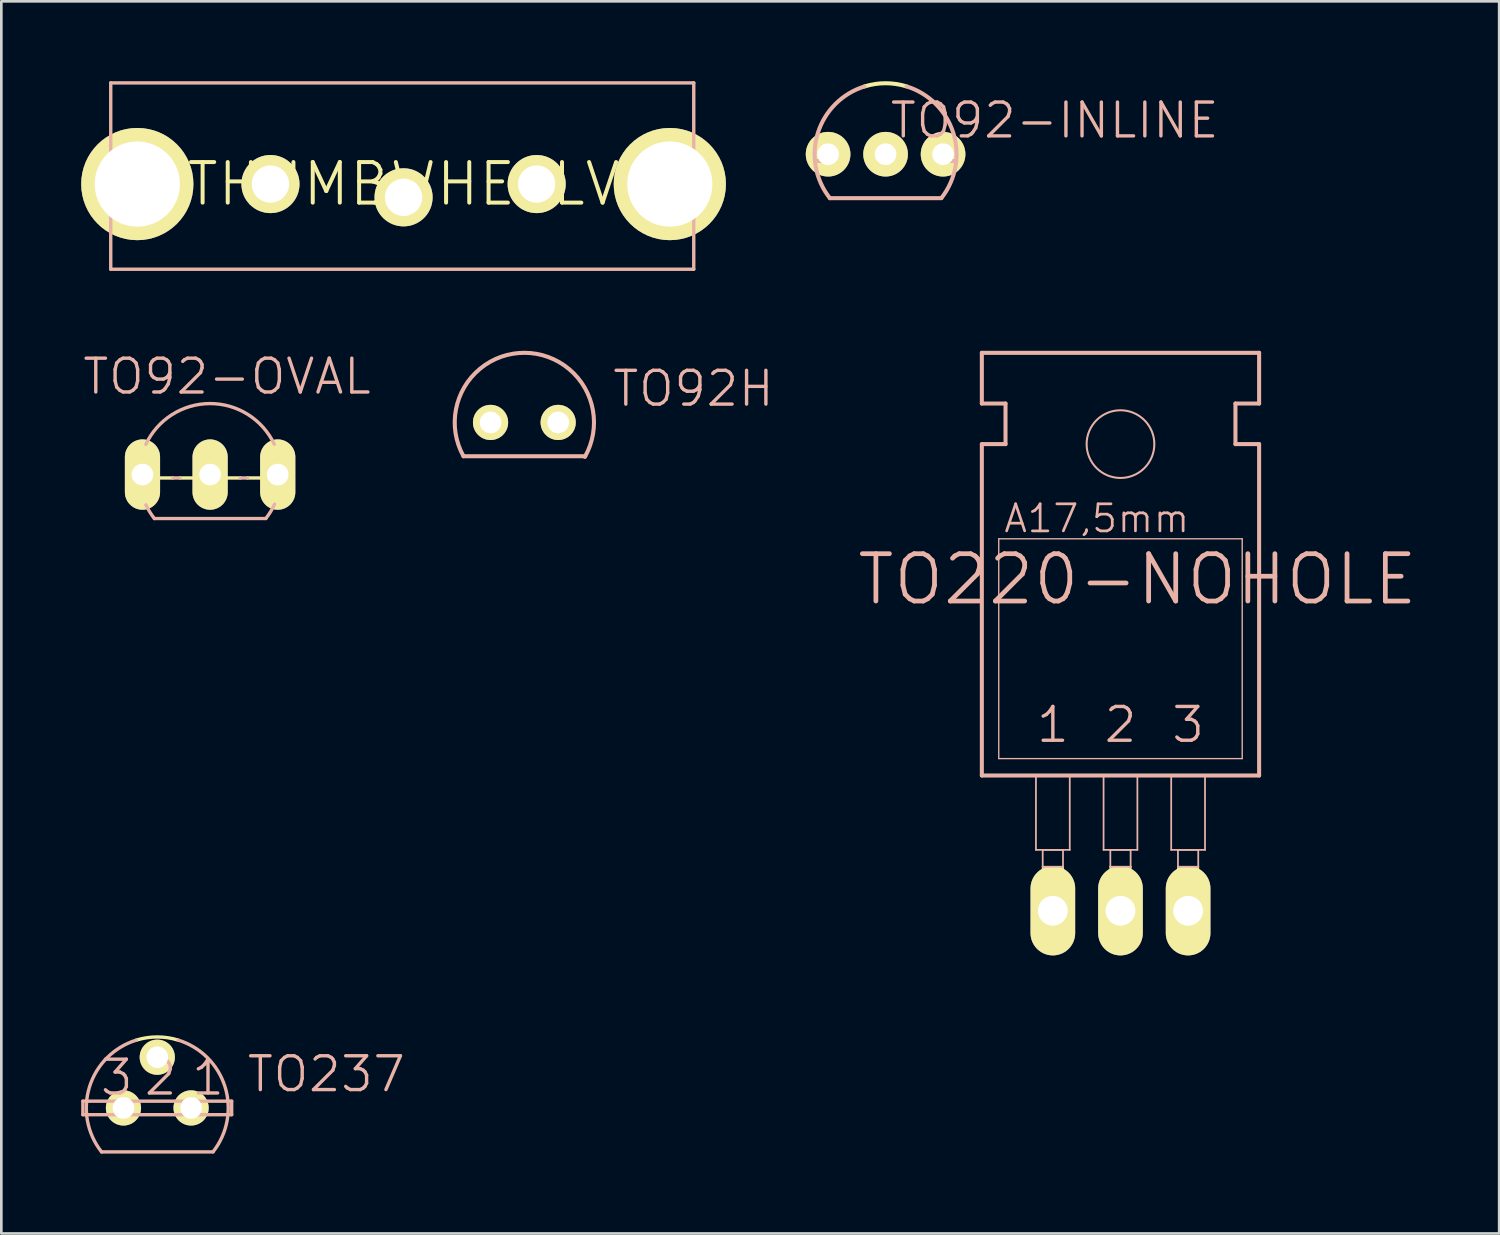
<source format=kicad_pcb>
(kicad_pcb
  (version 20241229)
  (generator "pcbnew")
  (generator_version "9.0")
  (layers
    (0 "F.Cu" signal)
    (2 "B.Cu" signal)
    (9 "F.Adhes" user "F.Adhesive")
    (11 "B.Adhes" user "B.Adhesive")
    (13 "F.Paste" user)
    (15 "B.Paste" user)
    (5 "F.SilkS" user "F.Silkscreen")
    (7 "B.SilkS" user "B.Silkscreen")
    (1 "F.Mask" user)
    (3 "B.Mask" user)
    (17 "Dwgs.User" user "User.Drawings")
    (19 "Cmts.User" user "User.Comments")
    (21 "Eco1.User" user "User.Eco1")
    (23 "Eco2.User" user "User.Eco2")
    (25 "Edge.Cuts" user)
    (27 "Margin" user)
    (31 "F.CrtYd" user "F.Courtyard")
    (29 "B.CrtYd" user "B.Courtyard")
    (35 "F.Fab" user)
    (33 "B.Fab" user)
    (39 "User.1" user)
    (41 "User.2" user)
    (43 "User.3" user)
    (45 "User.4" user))
  (footprint "TO92-INLINE"
    (layer "F.Cu")
    (at 30.211 2.742)
    (property "Reference" "TO92-INLINE" (at 6.35 -1.27 0) (layer "B.SilkS") (effects (font (size 1.27 1.27) (thickness 0.127))))
    (attr exclude_from_pos_files exclude_from_bom)
    (fp_arc (start -0.78486 -2.54762) (mid -0.001061 -2.665778) (end 0.782832 -2.548244) (stroke (width 0.1524) (type solid)) (layer "F.SilkS"))
    (fp_line (start -2.654 0.254) (end -2.253 0.254) (stroke (width 0.152) (type solid)) (layer "B.SilkS"))
    (fp_line (start -2.093 1.651) (end 2.093 1.651) (stroke (width 0.152) (type solid)) (layer "B.SilkS"))
    (fp_line (start 2.253 0.254) (end 2.654 0.254) (stroke (width 0.152) (type solid)) (layer "B.SilkS"))
    (fp_arc (start -2.09296 1.651) (mid -2.546098 -0.789726) (end -0.791292 -2.545612) (stroke (width 0.1524) (type solid)) (layer "B.SilkS"))
    (fp_arc (start 0.78486 -2.54762) (mid 2.54411 -0.796164) (end 2.097139 1.645715) (stroke (width 0.1524) (type solid)) (layer "B.SilkS"))
    (pad "1" thru_hole circle (at -2.159 0) (size 1.676 1.676) (drill 0.813) (layers "*.Cu" "F.Mask" "F.SilkS" "F.Paste"))
    (pad "2" thru_hole circle (at 0 0) (size 1.676 1.676) (drill 0.813) (layers "*.Cu" "F.Mask" "F.SilkS" "F.Paste"))
    (pad "3" thru_hole circle (at 2.159 0) (size 1.676 1.676) (drill 0.813) (layers "*.Cu" "F.Mask" "F.SilkS" "F.Paste")))
  (footprint "TO92-OVAL"
    (layer "F.Cu")
    (at 4.841 14.774)
    (property "Reference" "TO92-OVAL" (at 0.635 -3.683 0) (layer "B.SilkS") (effects (font (size 1.27 1.27) (thickness 0.127))))
    (attr exclude_from_pos_files exclude_from_bom)
    (fp_line (start -1.402 0.127) (end -2.662 0.127) (stroke (width 0.127) (type solid)) (layer "F.SilkS"))
    (fp_line (start 1.135 0.127) (end -1.135 0.127) (stroke (width 0.127) (type solid)) (layer "F.SilkS"))
    (fp_line (start 2.662 0.127) (end 1.402 0.127) (stroke (width 0.127) (type solid)) (layer "F.SilkS"))
    (fp_arc (start -2.413 1.13538) (mid -2.666769 -0.000083) (end -2.412929 -1.13553) (stroke (width 0.127) (type solid)) (layer "F.SilkS"))
    (fp_arc (start 2.413 -1.13538) (mid 2.666769 0.000083) (end 2.412929 1.13553) (stroke (width 0.127) (type solid)) (layer "F.SilkS"))
    (fp_line (start -2.093 1.651) (end 2.093 1.651) (stroke (width 0.127) (type solid)) (layer "B.SilkS"))
    (fp_line (start -1.135 0.127) (end -1.402 0.127) (stroke (width 0.127) (type solid)) (layer "B.SilkS"))
    (fp_line (start 1.402 0.127) (end 1.135 0.127) (stroke (width 0.127) (type solid)) (layer "B.SilkS"))
    (fp_arc (start -2.413 -1.13538) (mid -0.00241 -2.666768) (end 2.410944 -1.13974) (stroke (width 0.127) (type solid)) (layer "B.SilkS"))
    (fp_arc (start -2.09296 1.651) (mid -2.266405 1.403457) (end -2.410712 1.137871) (stroke (width 0.127) (type solid)) (layer "B.SilkS"))
    (fp_arc (start 2.42316 1.10998) (mid 2.274688 1.389084) (end 2.094214 1.648644) (stroke (width 0.127) (type solid)) (layer "B.SilkS"))
    (pad "1" thru_hole oval (at -2.54 0 180) (size 1.321 2.642) (drill 0.813) (layers "*.Cu" "F.Mask" "F.SilkS" "F.Paste"))
    (pad "2" thru_hole oval (at 0 0 180) (size 1.321 2.642) (drill 0.813) (layers "*.Cu" "F.Mask" "F.SilkS" "F.Paste"))
    (pad "3" thru_hole oval (at 2.54 0 180) (size 1.321 2.642) (drill 0.813) (layers "*.Cu" "F.Mask" "F.SilkS" "F.Paste")))
  (footprint "TO237"
    (layer "F.Cu")
    (at 2.857 38.562)
    (property "Reference" "TO237" (at 6.35 -1.27 0) (layer "B.SilkS") (effects (font (size 1.27 1.27) (thickness 0.127))))
    (attr exclude_from_pos_files exclude_from_bom)
    (fp_arc (start -0.78486 -2.54762) (mid -0.001061 -2.665778) (end 0.782832 -2.548244) (stroke (width 0.127) (type solid)) (layer "F.SilkS"))
    (fp_line (start -2.794 -0.254) (end 2.794 -0.254) (stroke (width 0.127) (type solid)) (layer "B.SilkS"))
    (fp_line (start -2.794 0.254) (end -2.794 -0.254) (stroke (width 0.127) (type solid)) (layer "B.SilkS"))
    (fp_line (start -2.093 1.651) (end 2.093 1.651) (stroke (width 0.127) (type solid)) (layer "B.SilkS"))
    (fp_line (start 2.794 -0.254) (end 2.794 0.254) (stroke (width 0.127) (type solid)) (layer "B.SilkS"))
    (fp_line (start 2.794 0.254) (end -2.794 0.254) (stroke (width 0.127) (type solid)) (layer "B.SilkS"))
    (fp_arc (start -2.09296 1.651) (mid -2.546098 -0.789726) (end -0.791292 -2.545612) (stroke (width 0.127) (type solid)) (layer "B.SilkS"))
    (fp_arc (start 0.78486 -2.54762) (mid 2.54411 -0.796164) (end 2.097139 1.645715) (stroke (width 0.127) (type solid)) (layer "B.SilkS"))
    (fp_text user "1" (at 1.905 -1.143 0) (layer "B.SilkS") (effects (font (size 1.27 1.27) (thickness 0.127))))
    (fp_text user "3" (at -1.524 -1.143 0) (layer "B.SilkS") (effects (font (size 1.27 1.27) (thickness 0.127))))
    (fp_text user "2" (at 0.127 -1.143 0) (layer "B.SilkS") (effects (font (size 1.27 1.27) (thickness 0.127))))
    (pad "1" thru_hole circle (at 1.27 0) (size 1.321 1.321) (drill 0.813) (layers "*.Cu" "F.Mask" "F.SilkS" "F.Paste"))
    (pad "2" thru_hole circle (at 0 -1.905) (size 1.321 1.321) (drill 0.813) (layers "*.Cu" "F.Mask" "F.SilkS" "F.Paste"))
    (pad "3" thru_hole circle (at -1.27 0) (size 1.321 1.321) (drill 0.813) (layers "*.Cu" "F.Mask" "F.SilkS" "F.Paste")))
  (footprint "THUMBWHEELV"
    (layer "F.Cu")
    (at 12.107 3.863)
    (property "Reference" "THUMBWHEELV" (at 0 0 0) (layer "F.SilkS") (effects (font (size 1.524 1.524) (thickness 0.15))))
    (attr exclude_from_pos_files exclude_from_bom)
    (fp_line (start -10.998 -3.8) (end -10.998 3.198) (stroke (width 0.127) (type solid)) (layer "B.SilkS"))
    (fp_line (start -10.998 -3.8) (end 10.899 -3.8) (stroke (width 0.127) (type solid)) (layer "B.SilkS"))
    (fp_line (start -10.998 3.198) (end 10.899 3.198) (stroke (width 0.127) (type solid)) (layer "B.SilkS"))
    (fp_line (start 10.899 -3.8) (end 10.899 3.198) (stroke (width 0.127) (type solid)) (layer "B.SilkS"))
    (pad "A" thru_hole circle (at -4.999 0) (size 2.182 2.182) (drill 1.4) (layers "*.Cu" "F.Mask" "F.SilkS" "F.Paste"))
    (pad "E" thru_hole circle (at 4.999 0) (size 2.182 2.182) (drill 1.4) (layers "*.Cu" "F.Mask" "F.SilkS" "F.Paste"))
    (pad "S" thru_hole circle (at 0 0.498) (size 2.182 2.182) (drill 1.4) (layers "*.Cu" "F.Mask" "F.SilkS" "F.Paste"))
    (pad "SW1" thru_hole circle (at -10 0) (size 4.214 4.214) (drill 3.198) (layers "*.Cu" "F.Mask" "F.SilkS" "F.Paste"))
    (pad "SW2" thru_hole circle (at 10 0) (size 4.214 4.214) (drill 3.198) (layers "*.Cu" "F.Mask" "F.SilkS" "F.Paste")))
  (footprint "TO92H"
    (layer "F.Cu")
    (at 16.644 12.816)
    (property "Reference" "TO92H" (at 6.35 -1.27 0) (layer "B.SilkS") (effects (font (size 1.27 1.27) (thickness 0.127))))
    (attr exclude_from_pos_files exclude_from_bom)
    (fp_line (start -2.286 1.27) (end 2.286 1.27) (stroke (width 0.152) (type solid)) (layer "B.SilkS"))
    (fp_arc (start -2.286 1.27) (mid 0.013483 -2.615055) (end 2.272783 1.293504) (stroke (width 0.1524) (type solid)) (layer "B.SilkS"))
    (pad "1" thru_hole circle (at -1.27 0) (size 1.321 1.321) (drill 0.813) (layers "*.Cu" "F.Mask" "F.SilkS" "F.Paste"))
    (pad "2" thru_hole circle (at 1.27 0) (size 1.321 1.321) (drill 0.813) (layers "*.Cu" "F.Mask" "F.SilkS" "F.Paste")))
  (footprint "TO220-NOHOLE"
    (layer "F.Cu")
    (at 39.033 24.806)
    (property "Reference" "TO220-NOHOLE" (at 0.635 -6.096 0) (layer "B.SilkS") (effects (font (size 1.778 1.778) (thickness 0.178))))
    (attr exclude_from_pos_files exclude_from_bom)
    (fp_line (start -2.921 4.699) (end -2.159 4.699) (stroke (width 0.066) (type solid)) (layer "F.SilkS"))
    (fp_line (start -2.921 6.604) (end -2.921 4.699) (stroke (width 0.066) (type solid)) (layer "F.SilkS"))
    (fp_line (start -2.921 6.604) (end -2.159 6.604) (stroke (width 0.066) (type solid)) (layer "F.SilkS"))
    (fp_line (start -2.159 6.604) (end -2.159 4.699) (stroke (width 0.066) (type solid)) (layer "F.SilkS"))
    (fp_line (start -0.381 4.699) (end 0.381 4.699) (stroke (width 0.066) (type solid)) (layer "F.SilkS"))
    (fp_line (start -0.381 6.604) (end -0.381 4.699) (stroke (width 0.066) (type solid)) (layer "F.SilkS"))
    (fp_line (start -0.381 6.604) (end 0.381 6.604) (stroke (width 0.066) (type solid)) (layer "F.SilkS"))
    (fp_line (start 0.381 6.604) (end 0.381 4.699) (stroke (width 0.066) (type solid)) (layer "F.SilkS"))
    (fp_line (start 2.159 4.699) (end 2.921 4.699) (stroke (width 0.066) (type solid)) (layer "F.SilkS"))
    (fp_line (start 2.159 6.604) (end 2.159 4.699) (stroke (width 0.066) (type solid)) (layer "F.SilkS"))
    (fp_line (start 2.159 6.604) (end 2.921 6.604) (stroke (width 0.066) (type solid)) (layer "F.SilkS"))
    (fp_line (start 2.921 6.604) (end 2.921 4.699) (stroke (width 0.066) (type solid)) (layer "F.SilkS"))
    (fp_line (start -5.207 -12.7) (end -5.207 -14.605) (stroke (width 0.152) (type solid)) (layer "B.SilkS"))
    (fp_line (start -5.207 -11.176) (end -4.318 -11.176) (stroke (width 0.152) (type solid)) (layer "B.SilkS"))
    (fp_line (start -5.207 1.27) (end -5.207 -11.176) (stroke (width 0.152) (type solid)) (layer "B.SilkS"))
    (fp_line (start -5.207 1.27) (end 5.207 1.27) (stroke (width 0.152) (type solid)) (layer "B.SilkS"))
    (fp_line (start -4.572 0.635) (end -4.572 -7.62) (stroke (width 0.051) (type solid)) (layer "B.SilkS"))
    (fp_line (start -4.572 0.635) (end 4.572 0.635) (stroke (width 0.051) (type solid)) (layer "B.SilkS"))
    (fp_line (start -4.318 -12.7) (end -5.207 -12.7) (stroke (width 0.152) (type solid)) (layer "B.SilkS"))
    (fp_line (start -4.318 -11.176) (end -4.318 -12.7) (stroke (width 0.152) (type solid)) (layer "B.SilkS"))
    (fp_line (start -3.175 1.27) (end -1.905 1.27) (stroke (width 0.066) (type solid)) (layer "B.SilkS"))
    (fp_line (start -3.175 4.064) (end -3.175 1.27) (stroke (width 0.066) (type solid)) (layer "B.SilkS"))
    (fp_line (start -3.175 4.064) (end -1.905 4.064) (stroke (width 0.066) (type solid)) (layer "B.SilkS"))
    (fp_line (start -2.921 4.064) (end -2.159 4.064) (stroke (width 0.066) (type solid)) (layer "B.SilkS"))
    (fp_line (start -2.921 4.699) (end -2.921 4.064) (stroke (width 0.066) (type solid)) (layer "B.SilkS"))
    (fp_line (start -2.921 4.699) (end -2.159 4.699) (stroke (width 0.066) (type solid)) (layer "B.SilkS"))
    (fp_line (start -2.159 4.699) (end -2.159 4.064) (stroke (width 0.066) (type solid)) (layer "B.SilkS"))
    (fp_line (start -1.905 4.064) (end -1.905 1.27) (stroke (width 0.066) (type solid)) (layer "B.SilkS"))
    (fp_line (start -0.635 1.27) (end 0.635 1.27) (stroke (width 0.066) (type solid)) (layer "B.SilkS"))
    (fp_line (start -0.635 4.064) (end -0.635 1.27) (stroke (width 0.066) (type solid)) (layer "B.SilkS"))
    (fp_line (start -0.635 4.064) (end 0.635 4.064) (stroke (width 0.066) (type solid)) (layer "B.SilkS"))
    (fp_line (start -0.381 4.064) (end 0.381 4.064) (stroke (width 0.066) (type solid)) (layer "B.SilkS"))
    (fp_line (start -0.381 4.699) (end -0.381 4.064) (stroke (width 0.066) (type solid)) (layer "B.SilkS"))
    (fp_line (start -0.381 4.699) (end 0.381 4.699) (stroke (width 0.066) (type solid)) (layer "B.SilkS"))
    (fp_line (start 0.381 4.699) (end 0.381 4.064) (stroke (width 0.066) (type solid)) (layer "B.SilkS"))
    (fp_line (start 0.635 4.064) (end 0.635 1.27) (stroke (width 0.066) (type solid)) (layer "B.SilkS"))
    (fp_line (start 1.905 1.27) (end 3.175 1.27) (stroke (width 0.066) (type solid)) (layer "B.SilkS"))
    (fp_line (start 1.905 4.064) (end 1.905 1.27) (stroke (width 0.066) (type solid)) (layer "B.SilkS"))
    (fp_line (start 1.905 4.064) (end 3.175 4.064) (stroke (width 0.066) (type solid)) (layer "B.SilkS"))
    (fp_line (start 2.159 4.064) (end 2.921 4.064) (stroke (width 0.066) (type solid)) (layer "B.SilkS"))
    (fp_line (start 2.159 4.699) (end 2.159 4.064) (stroke (width 0.066) (type solid)) (layer "B.SilkS"))
    (fp_line (start 2.159 4.699) (end 2.921 4.699) (stroke (width 0.066) (type solid)) (layer "B.SilkS"))
    (fp_line (start 2.921 4.699) (end 2.921 4.064) (stroke (width 0.066) (type solid)) (layer "B.SilkS"))
    (fp_line (start 3.175 4.064) (end 3.175 1.27) (stroke (width 0.066) (type solid)) (layer "B.SilkS"))
    (fp_line (start 4.318 -12.7) (end 5.207 -12.7) (stroke (width 0.152) (type solid)) (layer "B.SilkS"))
    (fp_line (start 4.318 -11.176) (end 4.318 -12.7) (stroke (width 0.152) (type solid)) (layer "B.SilkS"))
    (fp_line (start 4.572 -7.62) (end -4.572 -7.62) (stroke (width 0.051) (type solid)) (layer "B.SilkS"))
    (fp_line (start 4.572 -7.62) (end 4.572 0.635) (stroke (width 0.051) (type solid)) (layer "B.SilkS"))
    (fp_line (start 5.207 -14.605) (end -5.207 -14.605) (stroke (width 0.152) (type solid)) (layer "B.SilkS"))
    (fp_line (start 5.207 -12.7) (end 5.207 -14.605) (stroke (width 0.152) (type solid)) (layer "B.SilkS"))
    (fp_line (start 5.207 -11.176) (end 4.318 -11.176) (stroke (width 0.152) (type solid)) (layer "B.SilkS"))
    (fp_line (start 5.207 1.27) (end 5.207 -11.176) (stroke (width 0.152) (type solid)) (layer "B.SilkS"))
    (fp_circle (center 0 -11.176) (end -0.899 -12.075) (stroke (width 0.076) (type solid)) (fill no) (layer "B.SilkS"))
    (fp_text user "A17,5mm" (at -0.889 -8.382 0) (layer "B.SilkS") (effects (font (size 1.016 1.016) (thickness 0.102))))
    (fp_text user "1" (at -2.54 -0.635 0) (layer "B.SilkS") (effects (font (size 1.27 1.27) (thickness 0.127))))
    (fp_text user "2" (at 0 -0.635 0) (layer "B.SilkS") (effects (font (size 1.27 1.27) (thickness 0.127))))
    (fp_text user "3" (at 2.54 -0.635 0) (layer "B.SilkS") (effects (font (size 1.27 1.27) (thickness 0.127))))
    (pad "1" thru_hole oval (at -2.54 6.35 180) (size 1.676 3.353) (drill 1.118) (layers "*.Cu" "F.Mask" "F.SilkS" "F.Paste"))
    (pad "2" thru_hole oval (at 0 6.35 180) (size 1.676 3.353) (drill 1.118) (layers "*.Cu" "F.Mask" "F.SilkS" "F.Paste"))
    (pad "3" thru_hole oval (at 2.54 6.35 180) (size 1.676 3.353) (drill 1.118) (layers "*.Cu" "F.Mask" "F.SilkS" "F.Paste")))
  (gr_rect
    (start -3 -3)
    (end 53.256 43.276)
    (stroke (width 0.1) (type default))
    (fill no)
    (layer "Edge.Cuts")))
</source>
